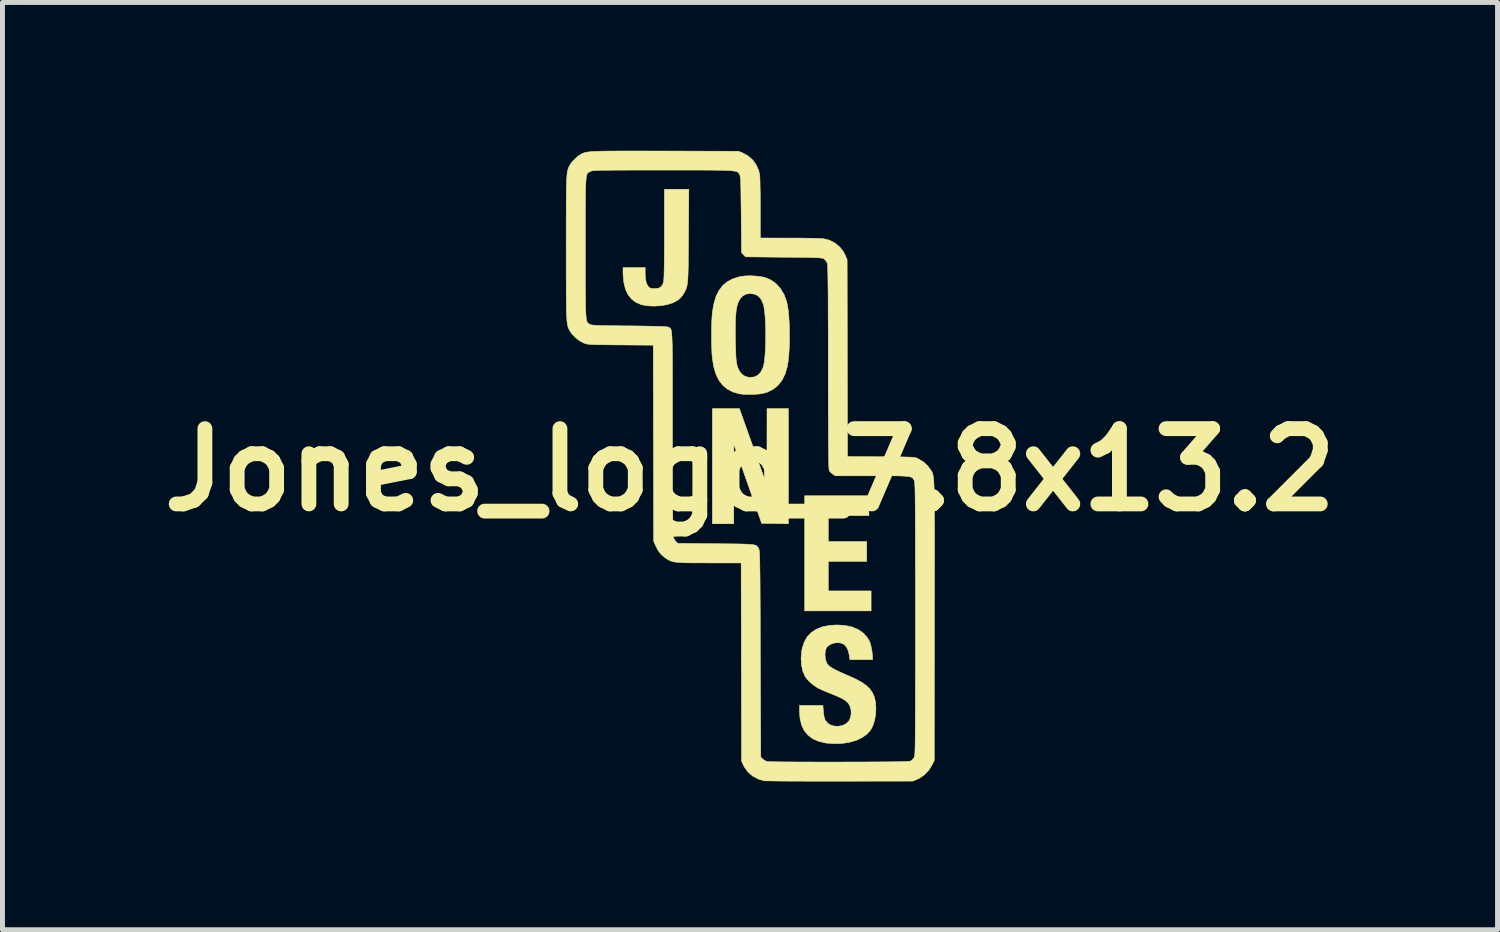
<source format=kicad_pcb>
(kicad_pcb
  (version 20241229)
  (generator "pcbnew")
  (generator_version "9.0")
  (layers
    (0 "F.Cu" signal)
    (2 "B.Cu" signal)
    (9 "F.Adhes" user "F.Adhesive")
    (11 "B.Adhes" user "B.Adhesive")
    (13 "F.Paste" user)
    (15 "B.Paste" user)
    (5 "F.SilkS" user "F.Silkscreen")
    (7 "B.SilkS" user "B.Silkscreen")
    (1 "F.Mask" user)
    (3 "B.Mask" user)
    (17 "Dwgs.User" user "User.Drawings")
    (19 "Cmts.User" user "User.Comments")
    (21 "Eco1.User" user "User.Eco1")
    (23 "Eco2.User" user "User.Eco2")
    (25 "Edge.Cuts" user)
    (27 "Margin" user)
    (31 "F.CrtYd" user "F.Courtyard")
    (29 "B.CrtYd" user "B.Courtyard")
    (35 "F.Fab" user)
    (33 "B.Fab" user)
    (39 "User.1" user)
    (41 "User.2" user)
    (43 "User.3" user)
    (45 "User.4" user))
  (footprint "Jones_logo_7.8x13.2"
    (layer "F.Cu")
    (at 12.127 6.458)
    (property "Reference" "Jones_logo_7.8x13.2" (at 0 0 0) (layer "F.SilkS") (effects (font (size 1.524 1.524) (thickness 0.3))))
    (attr through_hole)
    (fp_poly (pts (xy 2.406 0.926) (xy 1.584 0.926) (xy 1.584 1.449) (xy 2.361 1.449) (xy 2.361 1.853) (xy 1.584 1.853) (xy 1.584 2.45) (xy 2.45 2.45) (xy 2.45 2.854) (xy 1.106 2.854) (xy 1.106 0.523) (xy 2.406 0.523) (xy 2.406 0.926)) (stroke (width 0.01) (type solid)) (fill yes) (layer "F.SilkS"))
    (fp_poly (pts (xy 0.064 -0.459) (xy 0.342 0.321) (xy 0.343 -0.459) (xy 0.344 -1.24) (xy 0.777 -1.24) (xy 0.777 1.091) (xy 0.507 1.087) (xy 0.236 1.083) (xy -0.327 -0.515) (xy -0.328 0.288) (xy -0.329 1.091) (xy -0.762 1.091) (xy -0.762 -1.24) (xy -0.215 -1.24) (xy 0.064 -0.459)) (stroke (width 0.01) (type solid)) (fill yes) (layer "F.SilkS"))
    (fp_poly (pts (xy -1.244 -4.748) (xy -1.245 -4.549) (xy -1.247 -4.377) (xy -1.248 -4.231) (xy -1.25 -4.108) (xy -1.253 -4.004) (xy -1.256 -3.919) (xy -1.26 -3.849) (xy -1.265 -3.792) (xy -1.272 -3.746) (xy -1.279 -3.708) (xy -1.289 -3.676) (xy -1.3 -3.648) (xy -1.313 -3.62) (xy -1.327 -3.593) (xy -1.368 -3.526) (xy -1.414 -3.474) (xy -1.464 -3.433) (xy -1.555 -3.383) (xy -1.669 -3.346) (xy -1.8 -3.322) (xy -1.943 -3.314) (xy -2.063 -3.319) (xy -2.193 -3.341) (xy -2.305 -3.387) (xy -2.396 -3.455) (xy -2.469 -3.546) (xy -2.522 -3.66) (xy -2.555 -3.797) (xy -2.569 -3.956) (xy -2.57 -3.993) (xy -2.57 -4.094) (xy -2.122 -4.094) (xy -2.122 -3.981) (xy -2.116 -3.868) (xy -2.098 -3.781) (xy -2.067 -3.72) (xy -2.052 -3.703) (xy -2.023 -3.682) (xy -1.987 -3.671) (xy -1.934 -3.668) (xy -1.927 -3.668) (xy -1.854 -3.676) (xy -1.802 -3.703) (xy -1.767 -3.752) (xy -1.75 -3.803) (xy -1.746 -3.834) (xy -1.742 -3.894) (xy -1.739 -3.983) (xy -1.737 -4.101) (xy -1.735 -4.248) (xy -1.734 -4.425) (xy -1.733 -4.631) (xy -1.733 -4.773) (xy -1.733 -5.678) (xy -1.238 -5.678) (xy -1.244 -4.748)) (stroke (width 0.01) (type solid)) (fill yes) (layer "F.SilkS"))
    (fp_poly (pts (xy 0.105 -3.923) (xy 0.2 -3.913) (xy 0.28 -3.899) (xy 0.305 -3.893) (xy 0.427 -3.84) (xy 0.533 -3.762) (xy 0.621 -3.662) (xy 0.692 -3.541) (xy 0.742 -3.4) (xy 0.754 -3.349) (xy 0.772 -3.24) (xy 0.785 -3.109) (xy 0.794 -2.961) (xy 0.798 -2.803) (xy 0.799 -2.642) (xy 0.794 -2.484) (xy 0.786 -2.335) (xy 0.772 -2.203) (xy 0.755 -2.093) (xy 0.754 -2.09) (xy 0.711 -1.942) (xy 0.648 -1.815) (xy 0.566 -1.711) (xy 0.466 -1.629) (xy 0.347 -1.571) (xy 0.258 -1.546) (xy 0.19 -1.536) (xy 0.104 -1.529) (xy 0.01 -1.526) (xy -0.083 -1.527) (xy -0.164 -1.532) (xy -0.217 -1.539) (xy -0.348 -1.577) (xy -0.461 -1.636) (xy -0.555 -1.715) (xy -0.632 -1.816) (xy -0.692 -1.941) (xy -0.735 -2.089) (xy -0.763 -2.259) (xy -0.77 -2.346) (xy -0.775 -2.456) (xy -0.779 -2.582) (xy -0.78 -2.715) (xy -0.779 -2.776) (xy -0.297 -2.776) (xy -0.295 -2.633) (xy -0.292 -2.494) (xy -0.289 -2.38) (xy -0.285 -2.289) (xy -0.279 -2.216) (xy -0.271 -2.158) (xy -0.261 -2.11) (xy -0.247 -2.069) (xy -0.231 -2.031) (xy -0.22 -2.01) (xy -0.169 -1.939) (xy -0.101 -1.893) (xy -0.02 -1.872) (xy 0.07 -1.878) (xy 0.093 -1.883) (xy 0.161 -1.917) (xy 0.217 -1.978) (xy 0.261 -2.064) (xy 0.27 -2.092) (xy 0.285 -2.157) (xy 0.297 -2.246) (xy 0.306 -2.355) (xy 0.313 -2.478) (xy 0.316 -2.611) (xy 0.317 -2.747) (xy 0.315 -2.883) (xy 0.31 -3.012) (xy 0.303 -3.131) (xy 0.292 -3.232) (xy 0.279 -3.312) (xy 0.271 -3.347) (xy 0.231 -3.44) (xy 0.18 -3.506) (xy 0.115 -3.547) (xy 0.088 -3.556) (xy -0.000211 -3.568) (xy -0.081 -3.555) (xy -0.149 -3.519) (xy -0.192 -3.474) (xy -0.221 -3.426) (xy -0.244 -3.374) (xy -0.263 -3.314) (xy -0.277 -3.242) (xy -0.287 -3.155) (xy -0.293 -3.051) (xy -0.296 -2.925) (xy -0.297 -2.776) (xy -0.779 -2.776) (xy -0.779 -2.848) (xy -0.776 -2.974) (xy -0.77 -3.086) (xy -0.763 -3.175) (xy -0.763 -3.181) (xy -0.734 -3.354) (xy -0.691 -3.502) (xy -0.631 -3.626) (xy -0.555 -3.728) (xy -0.46 -3.808) (xy -0.346 -3.867) (xy -0.213 -3.908) (xy -0.17 -3.916) (xy -0.091 -3.925) (xy 0.004 -3.927) (xy 0.105 -3.923)) (stroke (width 0.01) (type solid)) (fill yes) (layer "F.SilkS"))
    (fp_poly (pts (xy 1.921 3.148) (xy 2.066 3.179) (xy 2.19 3.231) (xy 2.293 3.303) (xy 2.375 3.395) (xy 2.417 3.468) (xy 2.437 3.522) (xy 2.455 3.595) (xy 2.469 3.678) (xy 2.478 3.759) (xy 2.48 3.799) (xy 2.48 3.84) (xy 2.021 3.84) (xy 2.011 3.761) (xy 1.989 3.666) (xy 1.955 3.59) (xy 1.909 3.537) (xy 1.895 3.527) (xy 1.831 3.502) (xy 1.757 3.497) (xy 1.683 3.509) (xy 1.615 3.537) (xy 1.562 3.579) (xy 1.543 3.606) (xy 1.523 3.669) (xy 1.517 3.746) (xy 1.525 3.826) (xy 1.546 3.896) (xy 1.553 3.911) (xy 1.574 3.94) (xy 1.604 3.97) (xy 1.646 4) (xy 1.704 4.034) (xy 1.78 4.072) (xy 1.879 4.117) (xy 1.999 4.169) (xy 2.144 4.235) (xy 2.262 4.3) (xy 2.355 4.365) (xy 2.426 4.435) (xy 2.479 4.51) (xy 2.515 4.595) (xy 2.538 4.691) (xy 2.54 4.706) (xy 2.548 4.827) (xy 2.541 4.952) (xy 2.52 5.071) (xy 2.485 5.178) (xy 2.44 5.265) (xy 2.438 5.267) (xy 2.363 5.35) (xy 2.264 5.419) (xy 2.145 5.474) (xy 2.01 5.513) (xy 1.861 5.536) (xy 1.704 5.541) (xy 1.54 5.528) (xy 1.532 5.527) (xy 1.39 5.494) (xy 1.27 5.441) (xy 1.172 5.368) (xy 1.096 5.275) (xy 1.042 5.161) (xy 1.011 5.028) (xy 1.001 4.889) (xy 1.001 4.766) (xy 1.475 4.766) (xy 1.484 4.888) (xy 1.493 4.963) (xy 1.508 5.027) (xy 1.521 5.064) (xy 1.567 5.122) (xy 1.63 5.162) (xy 1.705 5.184) (xy 1.785 5.188) (xy 1.865 5.174) (xy 1.937 5.14) (xy 1.995 5.088) (xy 1.999 5.084) (xy 2.031 5.019) (xy 2.046 4.94) (xy 2.043 4.856) (xy 2.02 4.777) (xy 2.02 4.777) (xy 1.994 4.731) (xy 1.958 4.691) (xy 1.908 4.653) (xy 1.839 4.615) (xy 1.749 4.574) (xy 1.67 4.542) (xy 1.59 4.51) (xy 1.511 4.477) (xy 1.441 4.447) (xy 1.39 4.423) (xy 1.386 4.421) (xy 1.302 4.369) (xy 1.221 4.304) (xy 1.152 4.232) (xy 1.113 4.177) (xy 1.067 4.069) (xy 1.04 3.944) (xy 1.033 3.806) (xy 1.047 3.66) (xy 1.054 3.619) (xy 1.094 3.49) (xy 1.155 3.381) (xy 1.239 3.292) (xy 1.345 3.223) (xy 1.471 3.174) (xy 1.619 3.146) (xy 1.757 3.138) (xy 1.921 3.148)) (stroke (width 0.01) (type solid)) (fill yes) (layer "F.SilkS"))
    (fp_poly (pts (xy -2.197 -6.453) (xy -1.975 -6.452) (xy -1.725 -6.452) (xy -1.696 -6.452) (xy -0.232 -6.447) (xy -0.146 -6.412) (xy -0.04 -6.354) (xy 0.052 -6.273) (xy 0.124 -6.174) (xy 0.175 -6.061) (xy 0.195 -5.975) (xy 0.198 -5.938) (xy 0.201 -5.876) (xy 0.203 -5.792) (xy 0.205 -5.69) (xy 0.207 -5.573) (xy 0.208 -5.446) (xy 0.209 -5.312) (xy 0.209 -5.285) (xy 0.209 -4.692) (xy 0.803 -4.691) (xy 0.938 -4.691) (xy 1.067 -4.69) (xy 1.186 -4.688) (xy 1.291 -4.686) (xy 1.379 -4.684) (xy 1.446 -4.681) (xy 1.487 -4.678) (xy 1.492 -4.677) (xy 1.611 -4.646) (xy 1.72 -4.589) (xy 1.815 -4.511) (xy 1.89 -4.415) (xy 1.93 -4.337) (xy 1.965 -4.251) (xy 1.973 -0.27) (xy 2.649 -0.266) (xy 2.808 -0.265) (xy 2.941 -0.264) (xy 3.05 -0.263) (xy 3.137 -0.261) (xy 3.205 -0.259) (xy 3.259 -0.257) (xy 3.299 -0.254) (xy 3.329 -0.25) (xy 3.352 -0.245) (xy 3.371 -0.239) (xy 3.389 -0.232) (xy 3.398 -0.228) (xy 3.505 -0.164) (xy 3.595 -0.082) (xy 3.643 -0.019) (xy 3.654 -0.002) (xy 3.664 0.012) (xy 3.674 0.027) (xy 3.682 0.041) (xy 3.69 0.058) (xy 3.696 0.078) (xy 3.703 0.103) (xy 3.708 0.133) (xy 3.713 0.171) (xy 3.717 0.217) (xy 3.721 0.273) (xy 3.724 0.339) (xy 3.726 0.418) (xy 3.728 0.511) (xy 3.73 0.618) (xy 3.731 0.741) (xy 3.732 0.882) (xy 3.733 1.042) (xy 3.734 1.221) (xy 3.734 1.421) (xy 3.734 1.644) (xy 3.733 1.891) (xy 3.733 2.163) (xy 3.733 2.461) (xy 3.732 2.787) (xy 3.732 3.057) (xy 3.728 5.88) (xy 3.679 5.979) (xy 3.616 6.079) (xy 3.533 6.166) (xy 3.438 6.235) (xy 3.38 6.263) (xy 3.295 6.298) (xy 1.823 6.3) (xy 1.614 6.3) (xy 1.413 6.3) (xy 1.221 6.3) (xy 1.041 6.299) (xy 0.875 6.299) (xy 0.725 6.298) (xy 0.593 6.297) (xy 0.481 6.295) (xy 0.391 6.294) (xy 0.327 6.293) (xy 0.289 6.291) (xy 0.281 6.29) (xy 0.163 6.255) (xy 0.054 6.196) (xy -0.039 6.116) (xy -0.111 6.019) (xy -0.132 5.979) (xy -0.172 5.894) (xy -0.176 3.888) (xy -0.18 1.883) (xy -0.827 1.883) (xy -0.995 1.882) (xy -1.136 1.882) (xy -1.253 1.881) (xy -1.349 1.878) (xy -1.427 1.874) (xy -1.49 1.869) (xy -1.54 1.861) (xy -1.582 1.851) (xy -1.618 1.838) (xy -1.65 1.822) (xy -1.682 1.803) (xy -1.711 1.784) (xy -1.794 1.717) (xy -1.859 1.634) (xy -1.912 1.532) (xy -1.95 1.442) (xy -1.958 -2.523) (xy -2.619 -2.528) (xy -2.777 -2.529) (xy -2.908 -2.531) (xy -3.015 -2.532) (xy -3.101 -2.533) (xy -3.168 -2.535) (xy -3.221 -2.538) (xy -3.261 -2.541) (xy -3.292 -2.546) (xy -3.317 -2.551) (xy -3.338 -2.557) (xy -3.359 -2.565) (xy -3.365 -2.567) (xy -3.45 -2.613) (xy -3.534 -2.678) (xy -3.606 -2.754) (xy -3.641 -2.805) (xy -3.654 -2.827) (xy -3.665 -2.847) (xy -3.675 -2.869) (xy -3.683 -2.893) (xy -3.691 -2.922) (xy -3.697 -2.958) (xy -3.703 -3.001) (xy -3.707 -3.055) (xy -3.711 -3.12) (xy -3.714 -3.199) (xy -3.716 -3.294) (xy -3.717 -3.406) (xy -3.719 -3.537) (xy -3.719 -3.69) (xy -3.72 -3.865) (xy -3.72 -4.066) (xy -3.72 -4.292) (xy -3.72 -4.485) (xy -3.72 -4.733) (xy -3.72 -4.814) (xy -3.332 -4.814) (xy -3.332 -4.579) (xy -3.332 -4.493) (xy -3.332 -4.249) (xy -3.332 -4.034) (xy -3.332 -3.844) (xy -3.331 -3.679) (xy -3.331 -3.537) (xy -3.329 -3.416) (xy -3.328 -3.314) (xy -3.325 -3.23) (xy -3.322 -3.161) (xy -3.318 -3.106) (xy -3.314 -3.063) (xy -3.308 -3.03) (xy -3.301 -3.005) (xy -3.293 -2.987) (xy -3.284 -2.975) (xy -3.273 -2.965) (xy -3.26 -2.956) (xy -3.248 -2.948) (xy -3.237 -2.942) (xy -3.222 -2.937) (xy -3.202 -2.933) (xy -3.172 -2.929) (xy -3.132 -2.926) (xy -3.078 -2.923) (xy -3.008 -2.921) (xy -2.919 -2.919) (xy -2.809 -2.918) (xy -2.675 -2.916) (xy -2.515 -2.914) (xy -2.444 -2.914) (xy -2.262 -2.912) (xy -2.107 -2.909) (xy -1.979 -2.907) (xy -1.875 -2.905) (xy -1.793 -2.902) (xy -1.731 -2.899) (xy -1.687 -2.895) (xy -1.66 -2.891) (xy -1.647 -2.887) (xy -1.636 -2.881) (xy -1.627 -2.876) (xy -1.618 -2.87) (xy -1.61 -2.861) (xy -1.603 -2.849) (xy -1.597 -2.832) (xy -1.591 -2.807) (xy -1.587 -2.775) (xy -1.583 -2.732) (xy -1.579 -2.679) (xy -1.577 -2.612) (xy -1.574 -2.532) (xy -1.573 -2.436) (xy -1.571 -2.322) (xy -1.57 -2.19) (xy -1.57 -2.038) (xy -1.569 -1.865) (xy -1.569 -1.668) (xy -1.569 -1.447) (xy -1.569 -1.2) (xy -1.569 -0.926) (xy -1.569 -0.737) (xy -1.569 -0.423) (xy -1.568 -0.132) (xy -1.568 0.135) (xy -1.567 0.377) (xy -1.566 0.594) (xy -1.565 0.786) (xy -1.563 0.951) (xy -1.562 1.089) (xy -1.56 1.199) (xy -1.558 1.282) (xy -1.556 1.336) (xy -1.554 1.36) (xy -1.554 1.361) (xy -1.532 1.408) (xy -1.501 1.449) (xy -1.5 1.45) (xy -1.462 1.487) (xy -0.69 1.494) (xy -0.514 1.496) (xy -0.365 1.497) (xy -0.242 1.499) (xy -0.14 1.501) (xy -0.059 1.504) (xy 0.005 1.508) (xy 0.053 1.513) (xy 0.09 1.519) (xy 0.116 1.528) (xy 0.135 1.538) (xy 0.149 1.551) (xy 0.16 1.567) (xy 0.171 1.585) (xy 0.174 1.59) (xy 0.178 1.597) (xy 0.181 1.607) (xy 0.184 1.62) (xy 0.187 1.638) (xy 0.19 1.663) (xy 0.192 1.696) (xy 0.194 1.738) (xy 0.196 1.792) (xy 0.198 1.858) (xy 0.199 1.938) (xy 0.2 2.034) (xy 0.202 2.146) (xy 0.203 2.277) (xy 0.204 2.429) (xy 0.205 2.601) (xy 0.206 2.797) (xy 0.207 3.017) (xy 0.207 3.263) (xy 0.209 3.537) (xy 0.209 3.724) (xy 0.217 5.811) (xy 0.256 5.851) (xy 0.297 5.881) (xy 0.344 5.902) (xy 0.345 5.902) (xy 0.367 5.904) (xy 0.417 5.905) (xy 0.492 5.907) (xy 0.591 5.908) (xy 0.711 5.909) (xy 0.85 5.91) (xy 1.006 5.911) (xy 1.177 5.911) (xy 1.36 5.912) (xy 1.554 5.912) (xy 1.756 5.912) (xy 1.808 5.912) (xy 2.054 5.911) (xy 2.271 5.911) (xy 2.462 5.91) (xy 2.628 5.909) (xy 2.77 5.908) (xy 2.89 5.907) (xy 2.99 5.905) (xy 3.071 5.903) (xy 3.136 5.901) (xy 3.184 5.899) (xy 3.219 5.896) (xy 3.242 5.893) (xy 3.254 5.89) (xy 3.254 5.89) (xy 3.286 5.863) (xy 3.316 5.826) (xy 3.318 5.822) (xy 3.321 5.816) (xy 3.324 5.808) (xy 3.327 5.798) (xy 3.33 5.784) (xy 3.333 5.764) (xy 3.335 5.738) (xy 3.337 5.704) (xy 3.338 5.661) (xy 3.34 5.607) (xy 3.341 5.542) (xy 3.342 5.464) (xy 3.343 5.371) (xy 3.344 5.263) (xy 3.345 5.138) (xy 3.345 4.994) (xy 3.346 4.832) (xy 3.346 4.648) (xy 3.346 4.443) (xy 3.347 4.214) (xy 3.347 3.96) (xy 3.347 3.681) (xy 3.347 3.374) (xy 3.347 3.039) (xy 3.347 3.02) (xy 3.347 2.681) (xy 3.347 2.37) (xy 3.347 2.087) (xy 3.346 1.83) (xy 3.346 1.598) (xy 3.346 1.389) (xy 3.345 1.202) (xy 3.345 1.036) (xy 3.344 0.89) (xy 3.343 0.763) (xy 3.342 0.653) (xy 3.341 0.558) (xy 3.34 0.479) (xy 3.339 0.412) (xy 3.337 0.358) (xy 3.335 0.315) (xy 3.333 0.281) (xy 3.331 0.256) (xy 3.329 0.237) (xy 3.326 0.224) (xy 3.323 0.216) (xy 3.313 0.195) (xy 3.302 0.178) (xy 3.288 0.163) (xy 3.269 0.151) (xy 3.241 0.141) (xy 3.203 0.134) (xy 3.152 0.129) (xy 3.086 0.125) (xy 3.002 0.122) (xy 2.898 0.121) (xy 2.77 0.12) (xy 2.618 0.12) (xy 2.462 0.12) (xy 1.723 0.12) (xy 1.672 0.085) (xy 1.634 0.054) (xy 1.606 0.02) (xy 1.603 0.014) (xy 1.6 0.003) (xy 1.598 -0.02) (xy 1.595 -0.057) (xy 1.593 -0.108) (xy 1.592 -0.175) (xy 1.59 -0.26) (xy 1.589 -0.362) (xy 1.587 -0.484) (xy 1.586 -0.627) (xy 1.586 -0.792) (xy 1.585 -0.98) (xy 1.584 -1.193) (xy 1.584 -1.432) (xy 1.583 -1.698) (xy 1.583 -1.992) (xy 1.583 -2.077) (xy 1.583 -2.385) (xy 1.583 -2.664) (xy 1.582 -2.916) (xy 1.581 -3.141) (xy 1.581 -3.34) (xy 1.58 -3.516) (xy 1.579 -3.668) (xy 1.577 -3.798) (xy 1.576 -3.907) (xy 1.574 -3.996) (xy 1.572 -4.067) (xy 1.57 -4.12) (xy 1.568 -4.156) (xy 1.565 -4.178) (xy 1.564 -4.182) (xy 1.539 -4.227) (xy 1.505 -4.264) (xy 1.504 -4.264) (xy 1.494 -4.271) (xy 1.482 -4.277) (xy 1.467 -4.282) (xy 1.444 -4.286) (xy 1.412 -4.289) (xy 1.369 -4.292) (xy 1.311 -4.294) (xy 1.236 -4.296) (xy 1.143 -4.298) (xy 1.027 -4.3) (xy 0.887 -4.301) (xy 0.72 -4.303) (xy 0.687 -4.303) (xy -0.089 -4.311) (xy -0.172 -4.393) (xy -0.179 -5.167) (xy -0.181 -5.34) (xy -0.183 -5.485) (xy -0.184 -5.605) (xy -0.186 -5.704) (xy -0.188 -5.782) (xy -0.19 -5.843) (xy -0.193 -5.889) (xy -0.197 -5.923) (xy -0.201 -5.948) (xy -0.205 -5.965) (xy -0.211 -5.977) (xy -0.214 -5.982) (xy -0.223 -5.996) (xy -0.231 -6.008) (xy -0.241 -6.019) (xy -0.255 -6.028) (xy -0.273 -6.036) (xy -0.298 -6.043) (xy -0.332 -6.048) (xy -0.376 -6.053) (xy -0.432 -6.057) (xy -0.503 -6.06) (xy -0.589 -6.062) (xy -0.692 -6.064) (xy -0.815 -6.065) (xy -0.96 -6.066) (xy -1.127 -6.066) (xy -1.318 -6.066) (xy -1.536 -6.066) (xy -1.759 -6.066) (xy -1.997 -6.066) (xy -2.208 -6.066) (xy -2.392 -6.066) (xy -2.551 -6.065) (xy -2.689 -6.065) (xy -2.805 -6.064) (xy -2.902 -6.063) (xy -2.983 -6.062) (xy -3.048 -6.06) (xy -3.1 -6.058) (xy -3.14 -6.056) (xy -3.17 -6.054) (xy -3.193 -6.05) (xy -3.209 -6.047) (xy -3.221 -6.043) (xy -3.227 -6.04) (xy -3.244 -6.032) (xy -3.26 -6.025) (xy -3.273 -6.017) (xy -3.284 -6.006) (xy -3.294 -5.991) (xy -3.303 -5.969) (xy -3.31 -5.94) (xy -3.316 -5.9) (xy -3.32 -5.849) (xy -3.324 -5.785) (xy -3.327 -5.706) (xy -3.329 -5.61) (xy -3.33 -5.495) (xy -3.331 -5.36) (xy -3.332 -5.202) (xy -3.332 -5.021) (xy -3.332 -4.814) (xy -3.72 -4.814) (xy -3.72 -4.953) (xy -3.72 -5.147) (xy -3.719 -5.316) (xy -3.719 -5.463) (xy -3.717 -5.59) (xy -3.716 -5.697) (xy -3.713 -5.788) (xy -3.711 -5.864) (xy -3.707 -5.926) (xy -3.703 -5.977) (xy -3.698 -6.019) (xy -3.691 -6.052) (xy -3.684 -6.081) (xy -3.676 -6.105) (xy -3.667 -6.127) (xy -3.657 -6.149) (xy -3.653 -6.156) (xy -3.612 -6.218) (xy -3.553 -6.283) (xy -3.486 -6.343) (xy -3.419 -6.388) (xy -3.411 -6.393) (xy -3.39 -6.403) (xy -3.369 -6.412) (xy -3.344 -6.42) (xy -3.316 -6.427) (xy -3.281 -6.432) (xy -3.239 -6.437) (xy -3.186 -6.442) (xy -3.122 -6.445) (xy -3.045 -6.448) (xy -2.952 -6.45) (xy -2.842 -6.451) (xy -2.713 -6.452) (xy -2.564 -6.453) (xy -2.393 -6.453) (xy -2.197 -6.453)) (stroke (width 0.01) (type solid)) (fill yes) (layer "F.SilkS")))
  (gr_rect
    (start -3 -3)
    (end 27.253 15.763)
    (stroke (width 0.1) (type default))
    (fill no)
    (layer "Edge.Cuts")))
</source>
